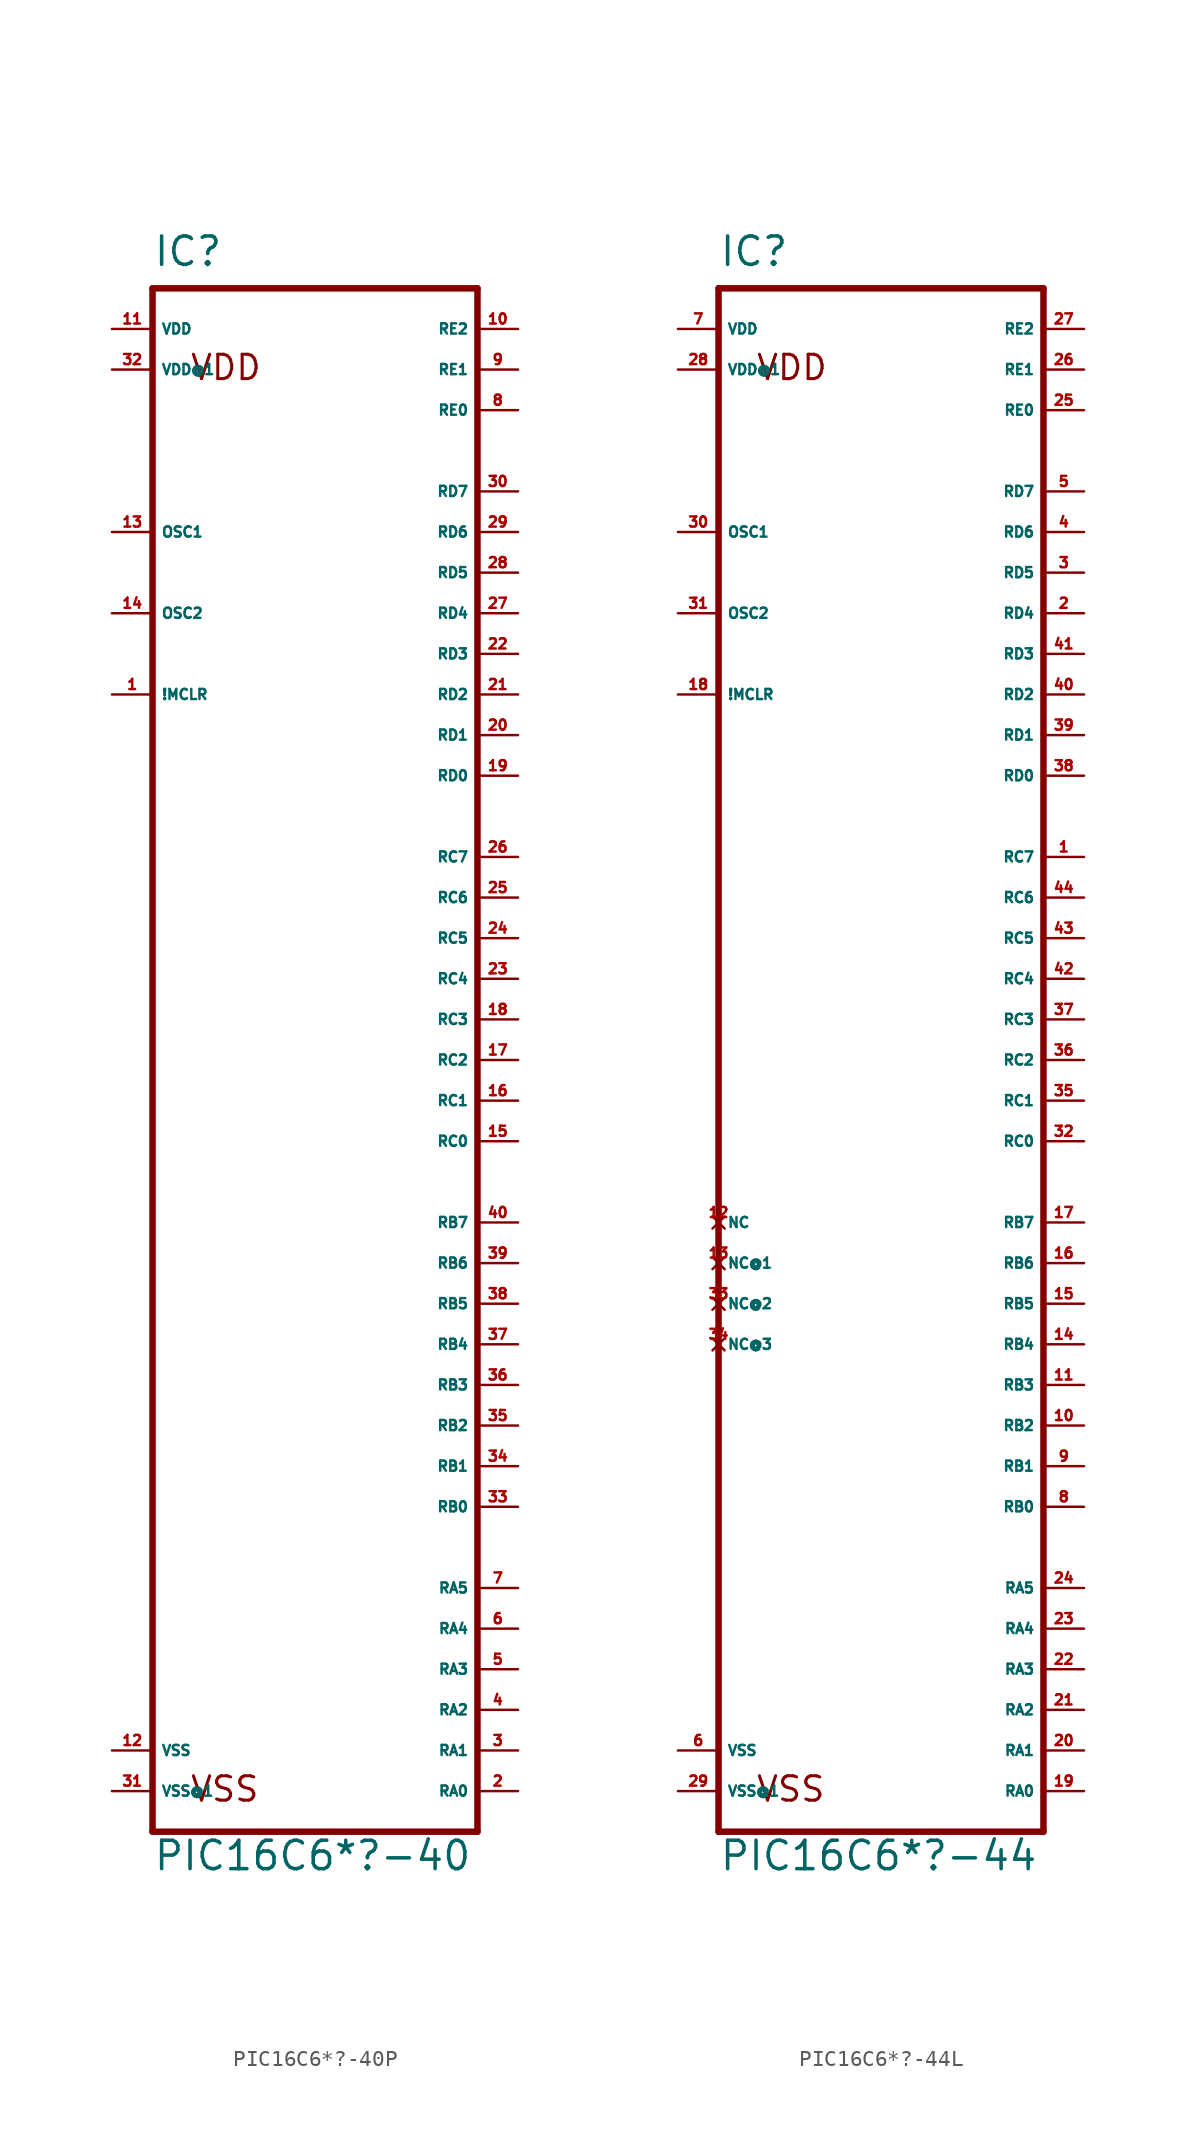
<source format=kicad_sym>
(kicad_symbol_lib
  (version 20220914)
  (generator Eagle2Kicad)
  (symbol "PIC16C6*?-40P"
    (property "Reference" "IC"
      (at -10.16 49.53 0)
      (effects (font (size 1.778 1.778) (thickness 0.22)) (justify left bottom)))
    (property "Value" "PIC16C6*?-40"
      (at -10.16 -50.8 0)
      (effects (font (size 1.778 1.778) (thickness 0.22)) (justify left bottom)))
    (polyline
      (pts (xy -10.16 -48.26) (xy 10.16 -48.26))
      (stroke (width 0.406) (type default))
      (fill (type none)))
    (polyline
      (pts (xy 10.16 -48.26) (xy 10.16 48.26))
      (stroke (width 0.406) (type default))
      (fill (type none)))
    (polyline
      (pts (xy 10.16 48.26) (xy -10.16 48.26))
      (stroke (width 0.406) (type default))
      (fill (type none)))
    (polyline
      (pts (xy -10.16 48.26) (xy -10.16 -48.26))
      (stroke (width 0.406) (type default))
      (fill (type none)))
    (text "VDD"
      (at -7.874 42.418 0)
      (effects (font (size 1.524 1.524) (thickness 0.19)) (justify left bottom)))
    (text "VSS"
      (at -7.874 -46.482 0)
      (effects (font (size 1.524 1.524) (thickness 0.19)) (justify left bottom)))
    (pin input line
      (at -12.7 22.86 0)
      (length 2.54)
      (name "!MCLR" (effects (font (size 0.635 0.635) (thickness 0.08)) (justify left bottom)))
      (number "1" (effects (font (size 0.635 0.635) (thickness 0.08)) (justify left bottom))))
    (pin input line
      (at -12.7 33.02 0)
      (length 2.54)
      (name "OSC1" (effects (font (size 0.635 0.635) (thickness 0.08)) (justify left bottom)))
      (number "13" (effects (font (size 0.635 0.635) (thickness 0.08)) (justify left bottom))))
    (pin bidirectional line
      (at 12.7 -45.72 180)
      (length 2.54)
      (name "RA0" (effects (font (size 0.635 0.635) (thickness 0.08)) (justify left bottom)))
      (number "2" (effects (font (size 0.635 0.635) (thickness 0.08)) (justify left bottom))))
    (pin bidirectional line
      (at 12.7 -43.18 180)
      (length 2.54)
      (name "RA1" (effects (font (size 0.635 0.635) (thickness 0.08)) (justify left bottom)))
      (number "3" (effects (font (size 0.635 0.635) (thickness 0.08)) (justify left bottom))))
    (pin bidirectional line
      (at 12.7 -40.64 180)
      (length 2.54)
      (name "RA2" (effects (font (size 0.635 0.635) (thickness 0.08)) (justify left bottom)))
      (number "4" (effects (font (size 0.635 0.635) (thickness 0.08)) (justify left bottom))))
    (pin bidirectional line
      (at 12.7 -38.1 180)
      (length 2.54)
      (name "RA3" (effects (font (size 0.635 0.635) (thickness 0.08)) (justify left bottom)))
      (number "5" (effects (font (size 0.635 0.635) (thickness 0.08)) (justify left bottom))))
    (pin bidirectional line
      (at 12.7 -35.56 180)
      (length 2.54)
      (name "RA4" (effects (font (size 0.635 0.635) (thickness 0.08)) (justify left bottom)))
      (number "6" (effects (font (size 0.635 0.635) (thickness 0.08)) (justify left bottom))))
    (pin bidirectional line
      (at 12.7 -33.02 180)
      (length 2.54)
      (name "RA5" (effects (font (size 0.635 0.635) (thickness 0.08)) (justify left bottom)))
      (number "7" (effects (font (size 0.635 0.635) (thickness 0.08)) (justify left bottom))))
    (pin bidirectional line
      (at 12.7 -27.94 180)
      (length 2.54)
      (name "RB0" (effects (font (size 0.635 0.635) (thickness 0.08)) (justify left bottom)))
      (number "33" (effects (font (size 0.635 0.635) (thickness 0.08)) (justify left bottom))))
    (pin bidirectional line
      (at 12.7 -25.4 180)
      (length 2.54)
      (name "RB1" (effects (font (size 0.635 0.635) (thickness 0.08)) (justify left bottom)))
      (number "34" (effects (font (size 0.635 0.635) (thickness 0.08)) (justify left bottom))))
    (pin bidirectional line
      (at 12.7 -22.86 180)
      (length 2.54)
      (name "RB2" (effects (font (size 0.635 0.635) (thickness 0.08)) (justify left bottom)))
      (number "35" (effects (font (size 0.635 0.635) (thickness 0.08)) (justify left bottom))))
    (pin bidirectional line
      (at 12.7 -20.32 180)
      (length 2.54)
      (name "RB3" (effects (font (size 0.635 0.635) (thickness 0.08)) (justify left bottom)))
      (number "36" (effects (font (size 0.635 0.635) (thickness 0.08)) (justify left bottom))))
    (pin bidirectional line
      (at 12.7 -17.78 180)
      (length 2.54)
      (name "RB4" (effects (font (size 0.635 0.635) (thickness 0.08)) (justify left bottom)))
      (number "37" (effects (font (size 0.635 0.635) (thickness 0.08)) (justify left bottom))))
    (pin bidirectional line
      (at 12.7 -15.24 180)
      (length 2.54)
      (name "RB5" (effects (font (size 0.635 0.635) (thickness 0.08)) (justify left bottom)))
      (number "38" (effects (font (size 0.635 0.635) (thickness 0.08)) (justify left bottom))))
    (pin bidirectional line
      (at 12.7 -12.7 180)
      (length 2.54)
      (name "RB6" (effects (font (size 0.635 0.635) (thickness 0.08)) (justify left bottom)))
      (number "39" (effects (font (size 0.635 0.635) (thickness 0.08)) (justify left bottom))))
    (pin output line
      (at 12.7 -5.08 180)
      (length 2.54)
      (name "RC0" (effects (font (size 0.635 0.635) (thickness 0.08)) (justify left bottom)))
      (number "15" (effects (font (size 0.635 0.635) (thickness 0.08)) (justify left bottom))))
    (pin output line
      (at 12.7 -2.54 180)
      (length 2.54)
      (name "RC1" (effects (font (size 0.635 0.635) (thickness 0.08)) (justify left bottom)))
      (number "16" (effects (font (size 0.635 0.635) (thickness 0.08)) (justify left bottom))))
    (pin output line
      (at 12.7 0 180)
      (length 2.54)
      (name "RC2" (effects (font (size 0.635 0.635) (thickness 0.08)) (justify left bottom)))
      (number "17" (effects (font (size 0.635 0.635) (thickness 0.08)) (justify left bottom))))
    (pin output line
      (at 12.7 2.54 180)
      (length 2.54)
      (name "RC3" (effects (font (size 0.635 0.635) (thickness 0.08)) (justify left bottom)))
      (number "18" (effects (font (size 0.635 0.635) (thickness 0.08)) (justify left bottom))))
    (pin output line
      (at 12.7 5.08 180)
      (length 2.54)
      (name "RC4" (effects (font (size 0.635 0.635) (thickness 0.08)) (justify left bottom)))
      (number "23" (effects (font (size 0.635 0.635) (thickness 0.08)) (justify left bottom))))
    (pin output line
      (at 12.7 7.62 180)
      (length 2.54)
      (name "RC5" (effects (font (size 0.635 0.635) (thickness 0.08)) (justify left bottom)))
      (number "24" (effects (font (size 0.635 0.635) (thickness 0.08)) (justify left bottom))))
    (pin output line
      (at 12.7 10.16 180)
      (length 2.54)
      (name "RC6" (effects (font (size 0.635 0.635) (thickness 0.08)) (justify left bottom)))
      (number "25" (effects (font (size 0.635 0.635) (thickness 0.08)) (justify left bottom))))
    (pin output line
      (at 12.7 12.7 180)
      (length 2.54)
      (name "RC7" (effects (font (size 0.635 0.635) (thickness 0.08)) (justify left bottom)))
      (number "26" (effects (font (size 0.635 0.635) (thickness 0.08)) (justify left bottom))))
    (pin bidirectional line
      (at 12.7 -10.16 180)
      (length 2.54)
      (name "RB7" (effects (font (size 0.635 0.635) (thickness 0.08)) (justify left bottom)))
      (number "40" (effects (font (size 0.635 0.635) (thickness 0.08)) (justify left bottom))))
    (pin bidirectional line
      (at 12.7 17.78 180)
      (length 2.54)
      (name "RD0" (effects (font (size 0.635 0.635) (thickness 0.08)) (justify left bottom)))
      (number "19" (effects (font (size 0.635 0.635) (thickness 0.08)) (justify left bottom))))
    (pin bidirectional line
      (at 12.7 20.32 180)
      (length 2.54)
      (name "RD1" (effects (font (size 0.635 0.635) (thickness 0.08)) (justify left bottom)))
      (number "20" (effects (font (size 0.635 0.635) (thickness 0.08)) (justify left bottom))))
    (pin bidirectional line
      (at 12.7 22.86 180)
      (length 2.54)
      (name "RD2" (effects (font (size 0.635 0.635) (thickness 0.08)) (justify left bottom)))
      (number "21" (effects (font (size 0.635 0.635) (thickness 0.08)) (justify left bottom))))
    (pin bidirectional line
      (at 12.7 25.4 180)
      (length 2.54)
      (name "RD3" (effects (font (size 0.635 0.635) (thickness 0.08)) (justify left bottom)))
      (number "22" (effects (font (size 0.635 0.635) (thickness 0.08)) (justify left bottom))))
    (pin bidirectional line
      (at 12.7 27.94 180)
      (length 2.54)
      (name "RD4" (effects (font (size 0.635 0.635) (thickness 0.08)) (justify left bottom)))
      (number "27" (effects (font (size 0.635 0.635) (thickness 0.08)) (justify left bottom))))
    (pin bidirectional line
      (at 12.7 30.48 180)
      (length 2.54)
      (name "RD5" (effects (font (size 0.635 0.635) (thickness 0.08)) (justify left bottom)))
      (number "28" (effects (font (size 0.635 0.635) (thickness 0.08)) (justify left bottom))))
    (pin bidirectional line
      (at 12.7 33.02 180)
      (length 2.54)
      (name "RD6" (effects (font (size 0.635 0.635) (thickness 0.08)) (justify left bottom)))
      (number "29" (effects (font (size 0.635 0.635) (thickness 0.08)) (justify left bottom))))
    (pin bidirectional line
      (at 12.7 35.56 180)
      (length 2.54)
      (name "RD7" (effects (font (size 0.635 0.635) (thickness 0.08)) (justify left bottom)))
      (number "30" (effects (font (size 0.635 0.635) (thickness 0.08)) (justify left bottom))))
    (pin output line
      (at -12.7 27.94 0)
      (length 2.54)
      (name "OSC2" (effects (font (size 0.635 0.635) (thickness 0.08)) (justify left bottom)))
      (number "14" (effects (font (size 0.635 0.635) (thickness 0.08)) (justify left bottom))))
    (pin unspecified line
      (at -12.7 -45.72 0)
      (length 2.54)
      (name "VSS@1" (effects (font (size 0.635 0.635) (thickness 0.08)) (justify left bottom)))
      (number "31" (effects (font (size 0.635 0.635) (thickness 0.08)) (justify left bottom))))
    (pin unspecified line
      (at -12.7 -43.18 0)
      (length 2.54)
      (name "VSS" (effects (font (size 0.635 0.635) (thickness 0.08)) (justify left bottom)))
      (number "12" (effects (font (size 0.635 0.635) (thickness 0.08)) (justify left bottom))))
    (pin unspecified line
      (at -12.7 43.18 0)
      (length 2.54)
      (name "VDD@1" (effects (font (size 0.635 0.635) (thickness 0.08)) (justify left bottom)))
      (number "32" (effects (font (size 0.635 0.635) (thickness 0.08)) (justify left bottom))))
    (pin unspecified line
      (at -12.7 45.72 0)
      (length 2.54)
      (name "VDD" (effects (font (size 0.635 0.635) (thickness 0.08)) (justify left bottom)))
      (number "11" (effects (font (size 0.635 0.635) (thickness 0.08)) (justify left bottom))))
    (pin bidirectional line
      (at 12.7 40.64 180)
      (length 2.54)
      (name "RE0" (effects (font (size 0.635 0.635) (thickness 0.08)) (justify left bottom)))
      (number "8" (effects (font (size 0.635 0.635) (thickness 0.08)) (justify left bottom))))
    (pin bidirectional line
      (at 12.7 43.18 180)
      (length 2.54)
      (name "RE1" (effects (font (size 0.635 0.635) (thickness 0.08)) (justify left bottom)))
      (number "9" (effects (font (size 0.635 0.635) (thickness 0.08)) (justify left bottom))))
    (pin bidirectional line
      (at 12.7 45.72 180)
      (length 2.54)
      (name "RE2" (effects (font (size 0.635 0.635) (thickness 0.08)) (justify left bottom)))
      (number "10" (effects (font (size 0.635 0.635) (thickness 0.08)) (justify left bottom)))))
  (symbol "PIC16C6*?-44L"
    (property "Reference" "IC"
      (at -10.16 44.45 0)
      (effects (font (size 1.778 1.778) (thickness 0.22)) (justify left bottom)))
    (property "Value" "PIC16C6*?-44"
      (at -10.16 -55.88 0)
      (effects (font (size 1.778 1.778) (thickness 0.22)) (justify left bottom)))
    (polyline
      (pts (xy -10.16 -53.34) (xy 10.16 -53.34))
      (stroke (width 0.406) (type default))
      (fill (type none)))
    (polyline
      (pts (xy 10.16 -53.34) (xy 10.16 43.18))
      (stroke (width 0.406) (type default))
      (fill (type none)))
    (polyline
      (pts (xy 10.16 43.18) (xy -10.16 43.18))
      (stroke (width 0.406) (type default))
      (fill (type none)))
    (polyline
      (pts (xy -10.16 43.18) (xy -10.16 -53.34))
      (stroke (width 0.406) (type default))
      (fill (type none)))
    (text "VDD"
      (at -7.874 37.338 0)
      (effects (font (size 1.524 1.524) (thickness 0.19)) (justify left bottom)))
    (text "VSS"
      (at -7.874 -51.562 0)
      (effects (font (size 1.524 1.524) (thickness 0.19)) (justify left bottom)))
    (pin input line
      (at -12.7 17.78 0)
      (length 2.54)
      (name "!MCLR" (effects (font (size 0.635 0.635) (thickness 0.08)) (justify left bottom)))
      (number "18" (effects (font (size 0.635 0.635) (thickness 0.08)) (justify left bottom))))
    (pin input line
      (at -12.7 27.94 0)
      (length 2.54)
      (name "OSC1" (effects (font (size 0.635 0.635) (thickness 0.08)) (justify left bottom)))
      (number "30" (effects (font (size 0.635 0.635) (thickness 0.08)) (justify left bottom))))
    (pin bidirectional line
      (at 12.7 -50.8 180)
      (length 2.54)
      (name "RA0" (effects (font (size 0.635 0.635) (thickness 0.08)) (justify left bottom)))
      (number "19" (effects (font (size 0.635 0.635) (thickness 0.08)) (justify left bottom))))
    (pin bidirectional line
      (at 12.7 -48.26 180)
      (length 2.54)
      (name "RA1" (effects (font (size 0.635 0.635) (thickness 0.08)) (justify left bottom)))
      (number "20" (effects (font (size 0.635 0.635) (thickness 0.08)) (justify left bottom))))
    (pin bidirectional line
      (at 12.7 -45.72 180)
      (length 2.54)
      (name "RA2" (effects (font (size 0.635 0.635) (thickness 0.08)) (justify left bottom)))
      (number "21" (effects (font (size 0.635 0.635) (thickness 0.08)) (justify left bottom))))
    (pin bidirectional line
      (at 12.7 -43.18 180)
      (length 2.54)
      (name "RA3" (effects (font (size 0.635 0.635) (thickness 0.08)) (justify left bottom)))
      (number "22" (effects (font (size 0.635 0.635) (thickness 0.08)) (justify left bottom))))
    (pin bidirectional line
      (at 12.7 -30.48 180)
      (length 2.54)
      (name "RB1" (effects (font (size 0.635 0.635) (thickness 0.08)) (justify left bottom)))
      (number "9" (effects (font (size 0.635 0.635) (thickness 0.08)) (justify left bottom))))
    (pin bidirectional line
      (at 12.7 -27.94 180)
      (length 2.54)
      (name "RB2" (effects (font (size 0.635 0.635) (thickness 0.08)) (justify left bottom)))
      (number "10" (effects (font (size 0.635 0.635) (thickness 0.08)) (justify left bottom))))
    (pin bidirectional line
      (at 12.7 -25.4 180)
      (length 2.54)
      (name "RB3" (effects (font (size 0.635 0.635) (thickness 0.08)) (justify left bottom)))
      (number "11" (effects (font (size 0.635 0.635) (thickness 0.08)) (justify left bottom))))
    (pin bidirectional line
      (at 12.7 -38.1 180)
      (length 2.54)
      (name "RA5" (effects (font (size 0.635 0.635) (thickness 0.08)) (justify left bottom)))
      (number "24" (effects (font (size 0.635 0.635) (thickness 0.08)) (justify left bottom))))
    (pin bidirectional line
      (at 12.7 -22.86 180)
      (length 2.54)
      (name "RB4" (effects (font (size 0.635 0.635) (thickness 0.08)) (justify left bottom)))
      (number "14" (effects (font (size 0.635 0.635) (thickness 0.08)) (justify left bottom))))
    (pin bidirectional line
      (at 12.7 -20.32 180)
      (length 2.54)
      (name "RB5" (effects (font (size 0.635 0.635) (thickness 0.08)) (justify left bottom)))
      (number "15" (effects (font (size 0.635 0.635) (thickness 0.08)) (justify left bottom))))
    (pin bidirectional line
      (at 12.7 -17.78 180)
      (length 2.54)
      (name "RB6" (effects (font (size 0.635 0.635) (thickness 0.08)) (justify left bottom)))
      (number "16" (effects (font (size 0.635 0.635) (thickness 0.08)) (justify left bottom))))
    (pin bidirectional line
      (at 12.7 -15.24 180)
      (length 2.54)
      (name "RB7" (effects (font (size 0.635 0.635) (thickness 0.08)) (justify left bottom)))
      (number "17" (effects (font (size 0.635 0.635) (thickness 0.08)) (justify left bottom))))
    (pin bidirectional line
      (at 12.7 -10.16 180)
      (length 2.54)
      (name "RC0" (effects (font (size 0.635 0.635) (thickness 0.08)) (justify left bottom)))
      (number "32" (effects (font (size 0.635 0.635) (thickness 0.08)) (justify left bottom))))
    (pin bidirectional line
      (at 12.7 -7.62 180)
      (length 2.54)
      (name "RC1" (effects (font (size 0.635 0.635) (thickness 0.08)) (justify left bottom)))
      (number "35" (effects (font (size 0.635 0.635) (thickness 0.08)) (justify left bottom))))
    (pin bidirectional line
      (at 12.7 -5.08 180)
      (length 2.54)
      (name "RC2" (effects (font (size 0.635 0.635) (thickness 0.08)) (justify left bottom)))
      (number "36" (effects (font (size 0.635 0.635) (thickness 0.08)) (justify left bottom))))
    (pin bidirectional line
      (at 12.7 -2.54 180)
      (length 2.54)
      (name "RC3" (effects (font (size 0.635 0.635) (thickness 0.08)) (justify left bottom)))
      (number "37" (effects (font (size 0.635 0.635) (thickness 0.08)) (justify left bottom))))
    (pin bidirectional line
      (at 12.7 12.7 180)
      (length 2.54)
      (name "RD0" (effects (font (size 0.635 0.635) (thickness 0.08)) (justify left bottom)))
      (number "38" (effects (font (size 0.635 0.635) (thickness 0.08)) (justify left bottom))))
    (pin bidirectional line
      (at 12.7 15.24 180)
      (length 2.54)
      (name "RD1" (effects (font (size 0.635 0.635) (thickness 0.08)) (justify left bottom)))
      (number "39" (effects (font (size 0.635 0.635) (thickness 0.08)) (justify left bottom))))
    (pin bidirectional line
      (at 12.7 17.78 180)
      (length 2.54)
      (name "RD2" (effects (font (size 0.635 0.635) (thickness 0.08)) (justify left bottom)))
      (number "40" (effects (font (size 0.635 0.635) (thickness 0.08)) (justify left bottom))))
    (pin bidirectional line
      (at 12.7 20.32 180)
      (length 2.54)
      (name "RD3" (effects (font (size 0.635 0.635) (thickness 0.08)) (justify left bottom)))
      (number "41" (effects (font (size 0.635 0.635) (thickness 0.08)) (justify left bottom))))
    (pin bidirectional line
      (at 12.7 22.86 180)
      (length 2.54)
      (name "RD4" (effects (font (size 0.635 0.635) (thickness 0.08)) (justify left bottom)))
      (number "2" (effects (font (size 0.635 0.635) (thickness 0.08)) (justify left bottom))))
    (pin bidirectional line
      (at 12.7 25.4 180)
      (length 2.54)
      (name "RD5" (effects (font (size 0.635 0.635) (thickness 0.08)) (justify left bottom)))
      (number "3" (effects (font (size 0.635 0.635) (thickness 0.08)) (justify left bottom))))
    (pin bidirectional line
      (at 12.7 27.94 180)
      (length 2.54)
      (name "RD6" (effects (font (size 0.635 0.635) (thickness 0.08)) (justify left bottom)))
      (number "4" (effects (font (size 0.635 0.635) (thickness 0.08)) (justify left bottom))))
    (pin bidirectional line
      (at 12.7 30.48 180)
      (length 2.54)
      (name "RD7" (effects (font (size 0.635 0.635) (thickness 0.08)) (justify left bottom)))
      (number "5" (effects (font (size 0.635 0.635) (thickness 0.08)) (justify left bottom))))
    (pin bidirectional line
      (at 12.7 35.56 180)
      (length 2.54)
      (name "RE0" (effects (font (size 0.635 0.635) (thickness 0.08)) (justify left bottom)))
      (number "25" (effects (font (size 0.635 0.635) (thickness 0.08)) (justify left bottom))))
    (pin bidirectional line
      (at 12.7 38.1 180)
      (length 2.54)
      (name "RE1" (effects (font (size 0.635 0.635) (thickness 0.08)) (justify left bottom)))
      (number "26" (effects (font (size 0.635 0.635) (thickness 0.08)) (justify left bottom))))
    (pin bidirectional line
      (at 12.7 40.64 180)
      (length 2.54)
      (name "RE2" (effects (font (size 0.635 0.635) (thickness 0.08)) (justify left bottom)))
      (number "27" (effects (font (size 0.635 0.635) (thickness 0.08)) (justify left bottom))))
    (pin no_connect line
      (at -10.16 -15.24 0)
      (length 0)
      (name "NC" (effects (font (size 0.635 0.635) (thickness 0.08)) (justify left bottom) hide))
      (number "12" (effects (font (size 0.635 0.635) (thickness 0.08)) (justify left bottom) hide)))
    (pin no_connect line
      (at -10.16 -17.78 0)
      (length 0)
      (name "NC@1" (effects (font (size 0.635 0.635) (thickness 0.08)) (justify left bottom) hide))
      (number "13" (effects (font (size 0.635 0.635) (thickness 0.08)) (justify left bottom) hide)))
    (pin no_connect line
      (at -10.16 -20.32 0)
      (length 0)
      (name "NC@2" (effects (font (size 0.635 0.635) (thickness 0.08)) (justify left bottom) hide))
      (number "33" (effects (font (size 0.635 0.635) (thickness 0.08)) (justify left bottom) hide)))
    (pin no_connect line
      (at -10.16 -22.86 0)
      (length 0)
      (name "NC@3" (effects (font (size 0.635 0.635) (thickness 0.08)) (justify left bottom) hide))
      (number "34" (effects (font (size 0.635 0.635) (thickness 0.08)) (justify left bottom) hide)))
    (pin unspecified line
      (at -12.7 40.64 0)
      (length 2.54)
      (name "VDD" (effects (font (size 0.635 0.635) (thickness 0.08)) (justify left bottom)))
      (number "7" (effects (font (size 0.635 0.635) (thickness 0.08)) (justify left bottom))))
    (pin unspecified line
      (at -12.7 38.1 0)
      (length 2.54)
      (name "VDD@1" (effects (font (size 0.635 0.635) (thickness 0.08)) (justify left bottom)))
      (number "28" (effects (font (size 0.635 0.635) (thickness 0.08)) (justify left bottom))))
    (pin unspecified line
      (at -12.7 -48.26 0)
      (length 2.54)
      (name "VSS" (effects (font (size 0.635 0.635) (thickness 0.08)) (justify left bottom)))
      (number "6" (effects (font (size 0.635 0.635) (thickness 0.08)) (justify left bottom))))
    (pin unspecified line
      (at -12.7 -50.8 0)
      (length 2.54)
      (name "VSS@1" (effects (font (size 0.635 0.635) (thickness 0.08)) (justify left bottom)))
      (number "29" (effects (font (size 0.635 0.635) (thickness 0.08)) (justify left bottom))))
    (pin bidirectional line
      (at 12.7 0 180)
      (length 2.54)
      (name "RC4" (effects (font (size 0.635 0.635) (thickness 0.08)) (justify left bottom)))
      (number "42" (effects (font (size 0.635 0.635) (thickness 0.08)) (justify left bottom))))
    (pin bidirectional line
      (at 12.7 2.54 180)
      (length 2.54)
      (name "RC5" (effects (font (size 0.635 0.635) (thickness 0.08)) (justify left bottom)))
      (number "43" (effects (font (size 0.635 0.635) (thickness 0.08)) (justify left bottom))))
    (pin bidirectional line
      (at 12.7 5.08 180)
      (length 2.54)
      (name "RC6" (effects (font (size 0.635 0.635) (thickness 0.08)) (justify left bottom)))
      (number "44" (effects (font (size 0.635 0.635) (thickness 0.08)) (justify left bottom))))
    (pin bidirectional line
      (at 12.7 7.62 180)
      (length 2.54)
      (name "RC7" (effects (font (size 0.635 0.635) (thickness 0.08)) (justify left bottom)))
      (number "1" (effects (font (size 0.635 0.635) (thickness 0.08)) (justify left bottom))))
    (pin output line
      (at -12.7 22.86 0)
      (length 2.54)
      (name "OSC2" (effects (font (size 0.635 0.635) (thickness 0.08)) (justify left bottom)))
      (number "31" (effects (font (size 0.635 0.635) (thickness 0.08)) (justify left bottom))))
    (pin bidirectional line
      (at 12.7 -33.02 180)
      (length 2.54)
      (name "RB0" (effects (font (size 0.635 0.635) (thickness 0.08)) (justify left bottom)))
      (number "8" (effects (font (size 0.635 0.635) (thickness 0.08)) (justify left bottom))))
    (pin bidirectional line
      (at 12.7 -40.64 180)
      (length 2.54)
      (name "RA4" (effects (font (size 0.635 0.635) (thickness 0.08)) (justify left bottom)))
      (number "23" (effects (font (size 0.635 0.635) (thickness 0.08)) (justify left bottom))))))
</source>
